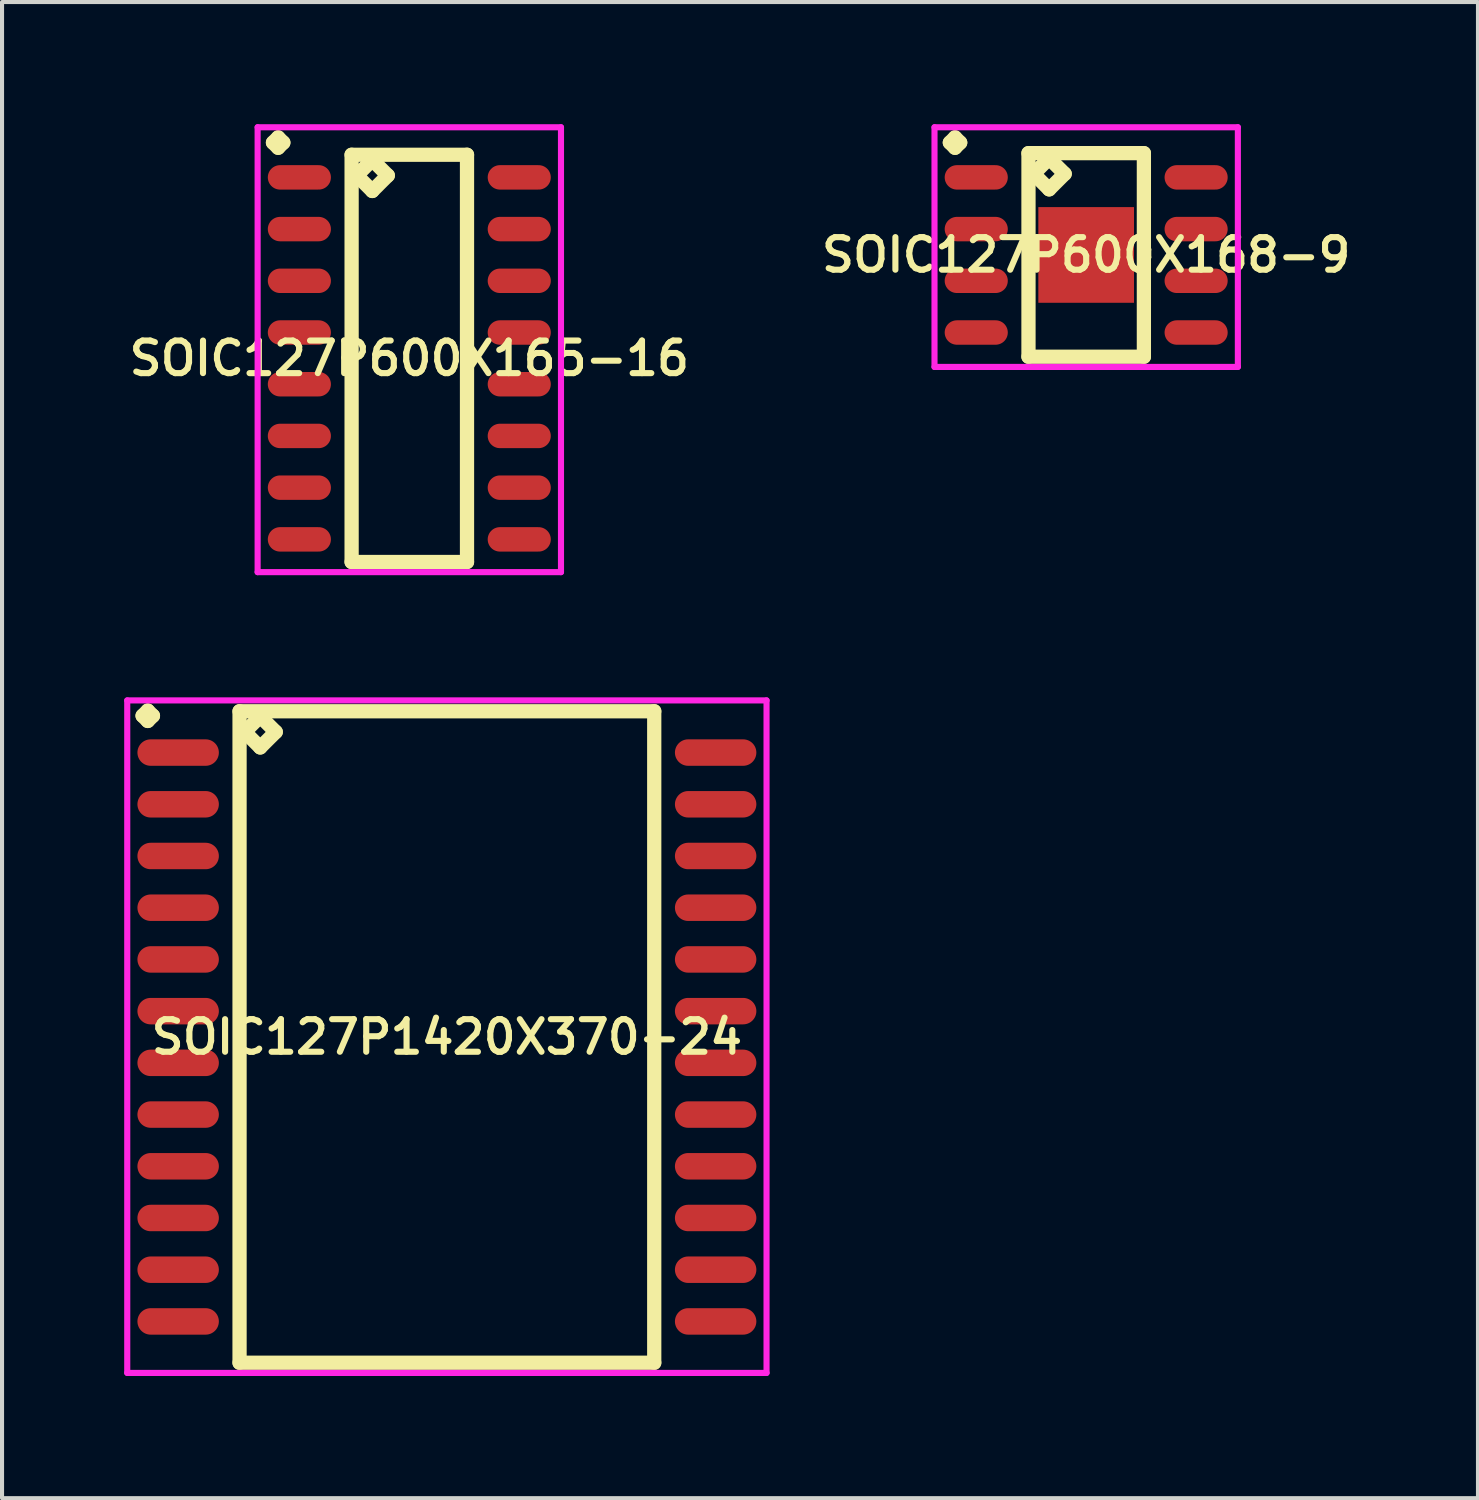
<source format=kicad_pcb>
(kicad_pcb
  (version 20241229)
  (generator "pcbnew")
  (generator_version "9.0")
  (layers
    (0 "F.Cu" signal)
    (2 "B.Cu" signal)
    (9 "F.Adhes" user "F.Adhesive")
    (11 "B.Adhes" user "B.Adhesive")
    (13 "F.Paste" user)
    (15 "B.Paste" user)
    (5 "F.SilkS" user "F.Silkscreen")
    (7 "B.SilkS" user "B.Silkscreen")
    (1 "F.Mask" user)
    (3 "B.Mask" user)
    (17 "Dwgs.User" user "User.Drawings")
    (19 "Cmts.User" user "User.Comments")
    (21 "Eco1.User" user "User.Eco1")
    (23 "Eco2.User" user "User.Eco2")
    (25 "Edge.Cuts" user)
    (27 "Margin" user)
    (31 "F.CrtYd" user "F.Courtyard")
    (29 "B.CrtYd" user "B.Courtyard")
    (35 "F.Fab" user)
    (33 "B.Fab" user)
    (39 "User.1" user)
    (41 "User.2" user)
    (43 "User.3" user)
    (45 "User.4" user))
  (footprint "SOIC127P1420X370-24"
    (layer "F.Cu")
    (at 7.925 22.417)
    (property "Reference" "SOIC127P1420X370-24" (at 0 0 0) (layer "F.SilkS") (effects (font (size 0.8 0.8) (thickness 0.15))))
    (attr smd)
    (fp_line (start -7.473 -7.889) (end -7.346 -8.016) (stroke (width 0.35) (type solid)) (layer "F.SilkS"))
    (fp_line (start -7.346 -8.016) (end -7.219 -7.889) (stroke (width 0.35) (type solid)) (layer "F.SilkS"))
    (fp_line (start -7.346 -7.762) (end -7.473 -7.889) (stroke (width 0.35) (type solid)) (layer "F.SilkS"))
    (fp_line (start -7.219 -7.889) (end -7.346 -7.762) (stroke (width 0.35) (type solid)) (layer "F.SilkS"))
    (fp_line (start -5.092 -8) (end -5.092 8) (stroke (width 0.35) (type solid)) (layer "F.SilkS"))
    (fp_line (start -5.092 8) (end 5.092 8) (stroke (width 0.35) (type solid)) (layer "F.SilkS"))
    (fp_line (start -4.965 -7.492) (end -4.584 -7.873) (stroke (width 0.35) (type solid)) (layer "F.SilkS"))
    (fp_line (start -4.584 -7.873) (end -4.203 -7.492) (stroke (width 0.35) (type solid)) (layer "F.SilkS"))
    (fp_line (start -4.584 -7.111) (end -4.965 -7.492) (stroke (width 0.35) (type solid)) (layer "F.SilkS"))
    (fp_line (start -4.203 -7.492) (end -4.584 -7.111) (stroke (width 0.35) (type solid)) (layer "F.SilkS"))
    (fp_line (start 5.092 -8) (end -5.092 -8) (stroke (width 0.35) (type solid)) (layer "F.SilkS"))
    (fp_line (start 5.092 8) (end 5.092 -8) (stroke (width 0.35) (type solid)) (layer "F.SilkS"))
    (fp_line (start -7.85 -8.266) (end 7.85 -8.266) (stroke (width 0.15) (type solid)) (layer "F.CrtYd"))
    (fp_line (start -7.85 8.25) (end -7.85 -8.266) (stroke (width 0.15) (type solid)) (layer "F.CrtYd"))
    (fp_line (start 7.85 -8.266) (end 7.85 8.25) (stroke (width 0.15) (type solid)) (layer "F.CrtYd"))
    (fp_line (start 7.85 8.25) (end -7.85 8.25) (stroke (width 0.15) (type solid)) (layer "F.CrtYd"))
    (pad "1" smd oval (at -6.6 -6.985) (size 2 0.65) (layers "F.Cu" "F.Mask" "F.Paste"))
    (pad "2" smd oval (at -6.6 -5.715) (size 2 0.65) (layers "F.Cu" "F.Mask" "F.Paste"))
    (pad "3" smd oval (at -6.6 -4.445) (size 2 0.65) (layers "F.Cu" "F.Mask" "F.Paste"))
    (pad "4" smd oval (at -6.6 -3.175) (size 2 0.65) (layers "F.Cu" "F.Mask" "F.Paste"))
    (pad "5" smd oval (at -6.6 -1.905) (size 2 0.65) (layers "F.Cu" "F.Mask" "F.Paste"))
    (pad "6" smd oval (at -6.6 -0.635) (size 2 0.65) (layers "F.Cu" "F.Mask" "F.Paste"))
    (pad "7" smd oval (at -6.6 0.635) (size 2 0.65) (layers "F.Cu" "F.Mask" "F.Paste"))
    (pad "8" smd oval (at -6.6 1.905) (size 2 0.65) (layers "F.Cu" "F.Mask" "F.Paste"))
    (pad "9" smd oval (at -6.6 3.175) (size 2 0.65) (layers "F.Cu" "F.Mask" "F.Paste"))
    (pad "10" smd oval (at -6.6 4.445) (size 2 0.65) (layers "F.Cu" "F.Mask" "F.Paste"))
    (pad "11" smd oval (at -6.6 5.715) (size 2 0.65) (layers "F.Cu" "F.Mask" "F.Paste"))
    (pad "12" smd oval (at -6.6 6.985) (size 2 0.65) (layers "F.Cu" "F.Mask" "F.Paste"))
    (pad "13" smd oval (at 6.6 6.985) (size 2 0.65) (layers "F.Cu" "F.Mask" "F.Paste"))
    (pad "14" smd oval (at 6.6 5.715) (size 2 0.65) (layers "F.Cu" "F.Mask" "F.Paste"))
    (pad "15" smd oval (at 6.6 4.445) (size 2 0.65) (layers "F.Cu" "F.Mask" "F.Paste"))
    (pad "16" smd oval (at 6.6 3.175) (size 2 0.65) (layers "F.Cu" "F.Mask" "F.Paste"))
    (pad "17" smd oval (at 6.6 1.905) (size 2 0.65) (layers "F.Cu" "F.Mask" "F.Paste"))
    (pad "18" smd oval (at 6.6 0.635) (size 2 0.65) (layers "F.Cu" "F.Mask" "F.Paste"))
    (pad "19" smd oval (at 6.6 -0.635) (size 2 0.65) (layers "F.Cu" "F.Mask" "F.Paste"))
    (pad "20" smd oval (at 6.6 -1.905) (size 2 0.65) (layers "F.Cu" "F.Mask" "F.Paste"))
    (pad "21" smd oval (at 6.6 -3.175) (size 2 0.65) (layers "F.Cu" "F.Mask" "F.Paste"))
    (pad "22" smd oval (at 6.6 -4.445) (size 2 0.65) (layers "F.Cu" "F.Mask" "F.Paste"))
    (pad "23" smd oval (at 6.6 -5.715) (size 2 0.65) (layers "F.Cu" "F.Mask" "F.Paste"))
    (pad "24" smd oval (at 6.6 -6.985) (size 2 0.65) (layers "F.Cu" "F.Mask" "F.Paste")))
  (footprint "SOIC127P600X168-9"
    (layer "F.Cu")
    (at 23.625 3.211)
    (property "Reference" "SOIC127P600X168-9" (at 0 0 0) (layer "F.SilkS") (effects (font (size 0.8 0.8) (thickness 0.15))))
    (attr smd)
    (fp_line (start -3.348 -2.759) (end -3.221 -2.886) (stroke (width 0.35) (type solid)) (layer "F.SilkS"))
    (fp_line (start -3.221 -2.886) (end -3.094 -2.759) (stroke (width 0.35) (type solid)) (layer "F.SilkS"))
    (fp_line (start -3.221 -2.632) (end -3.348 -2.759) (stroke (width 0.35) (type solid)) (layer "F.SilkS"))
    (fp_line (start -3.094 -2.759) (end -3.221 -2.632) (stroke (width 0.35) (type solid)) (layer "F.SilkS"))
    (fp_line (start -1.417 -2.5) (end -1.417 2.5) (stroke (width 0.35) (type solid)) (layer "F.SilkS"))
    (fp_line (start -1.417 2.5) (end 1.417 2.5) (stroke (width 0.35) (type solid)) (layer "F.SilkS"))
    (fp_line (start -1.29 -1.992) (end -0.909 -2.373) (stroke (width 0.35) (type solid)) (layer "F.SilkS"))
    (fp_line (start -0.909 -2.373) (end -0.528 -1.992) (stroke (width 0.35) (type solid)) (layer "F.SilkS"))
    (fp_line (start -0.909 -1.611) (end -1.29 -1.992) (stroke (width 0.35) (type solid)) (layer "F.SilkS"))
    (fp_line (start -0.528 -1.992) (end -0.909 -1.611) (stroke (width 0.35) (type solid)) (layer "F.SilkS"))
    (fp_line (start 1.417 -2.5) (end -1.417 -2.5) (stroke (width 0.35) (type solid)) (layer "F.SilkS"))
    (fp_line (start 1.417 2.5) (end 1.417 -2.5) (stroke (width 0.35) (type solid)) (layer "F.SilkS"))
    (fp_line (start -3.725 -3.136) (end 3.725 -3.136) (stroke (width 0.15) (type solid)) (layer "F.CrtYd"))
    (fp_line (start -3.725 2.75) (end -3.725 -3.136) (stroke (width 0.15) (type solid)) (layer "F.CrtYd"))
    (fp_line (start 3.725 -3.136) (end 3.725 2.75) (stroke (width 0.15) (type solid)) (layer "F.CrtYd"))
    (fp_line (start 3.725 2.75) (end -3.725 2.75) (stroke (width 0.15) (type solid)) (layer "F.CrtYd"))
    (pad "1" smd oval (at -2.7 -1.905) (size 1.55 0.6) (layers "F.Cu" "F.Mask" "F.Paste"))
    (pad "2" smd oval (at -2.7 -0.635) (size 1.55 0.6) (layers "F.Cu" "F.Mask" "F.Paste"))
    (pad "3" smd oval (at -2.7 0.635) (size 1.55 0.6) (layers "F.Cu" "F.Mask" "F.Paste"))
    (pad "4" smd oval (at -2.7 1.905) (size 1.55 0.6) (layers "F.Cu" "F.Mask" "F.Paste"))
    (pad "5" smd oval (at 2.7 1.905) (size 1.55 0.6) (layers "F.Cu" "F.Mask" "F.Paste"))
    (pad "6" smd oval (at 2.7 0.635) (size 1.55 0.6) (layers "F.Cu" "F.Mask" "F.Paste"))
    (pad "7" smd oval (at 2.7 -0.635) (size 1.55 0.6) (layers "F.Cu" "F.Mask" "F.Paste"))
    (pad "8" smd oval (at 2.7 -1.905) (size 1.55 0.6) (layers "F.Cu" "F.Mask" "F.Paste"))
    (pad "9" smd rect (at 0 0) (size 2.35 2.35) (layers "F.Cu" "F.Mask" "F.Paste")))
  (footprint "SOIC127P600X165-16"
    (layer "F.Cu")
    (at 7.002 5.751)
    (property "Reference" "SOIC127P600X165-16" (at 0 0 0) (layer "F.SilkS") (effects (font (size 0.8 0.8) (thickness 0.15))))
    (attr smd)
    (fp_line (start -3.348 -5.299) (end -3.221 -5.426) (stroke (width 0.35) (type solid)) (layer "F.SilkS"))
    (fp_line (start -3.221 -5.426) (end -3.094 -5.299) (stroke (width 0.35) (type solid)) (layer "F.SilkS"))
    (fp_line (start -3.221 -5.172) (end -3.348 -5.299) (stroke (width 0.35) (type solid)) (layer "F.SilkS"))
    (fp_line (start -3.094 -5.299) (end -3.221 -5.172) (stroke (width 0.35) (type solid)) (layer "F.SilkS"))
    (fp_line (start -1.417 -5) (end -1.417 5) (stroke (width 0.35) (type solid)) (layer "F.SilkS"))
    (fp_line (start -1.417 5) (end 1.417 5) (stroke (width 0.35) (type solid)) (layer "F.SilkS"))
    (fp_line (start -1.29 -4.492) (end -0.909 -4.873) (stroke (width 0.35) (type solid)) (layer "F.SilkS"))
    (fp_line (start -0.909 -4.873) (end -0.528 -4.492) (stroke (width 0.35) (type solid)) (layer "F.SilkS"))
    (fp_line (start -0.909 -4.111) (end -1.29 -4.492) (stroke (width 0.35) (type solid)) (layer "F.SilkS"))
    (fp_line (start -0.528 -4.492) (end -0.909 -4.111) (stroke (width 0.35) (type solid)) (layer "F.SilkS"))
    (fp_line (start 1.417 -5) (end -1.417 -5) (stroke (width 0.35) (type solid)) (layer "F.SilkS"))
    (fp_line (start 1.417 5) (end 1.417 -5) (stroke (width 0.35) (type solid)) (layer "F.SilkS"))
    (fp_line (start -3.725 -5.676) (end 3.725 -5.676) (stroke (width 0.15) (type solid)) (layer "F.CrtYd"))
    (fp_line (start -3.725 5.25) (end -3.725 -5.676) (stroke (width 0.15) (type solid)) (layer "F.CrtYd"))
    (fp_line (start 3.725 -5.676) (end 3.725 5.25) (stroke (width 0.15) (type solid)) (layer "F.CrtYd"))
    (fp_line (start 3.725 5.25) (end -3.725 5.25) (stroke (width 0.15) (type solid)) (layer "F.CrtYd"))
    (pad "1" smd oval (at -2.7 -4.445) (size 1.55 0.6) (layers "F.Cu" "F.Mask" "F.Paste"))
    (pad "2" smd oval (at -2.7 -3.175) (size 1.55 0.6) (layers "F.Cu" "F.Mask" "F.Paste"))
    (pad "3" smd oval (at -2.7 -1.905) (size 1.55 0.6) (layers "F.Cu" "F.Mask" "F.Paste"))
    (pad "4" smd oval (at -2.7 -0.635) (size 1.55 0.6) (layers "F.Cu" "F.Mask" "F.Paste"))
    (pad "5" smd oval (at -2.7 0.635) (size 1.55 0.6) (layers "F.Cu" "F.Mask" "F.Paste"))
    (pad "6" smd oval (at -2.7 1.905) (size 1.55 0.6) (layers "F.Cu" "F.Mask" "F.Paste"))
    (pad "7" smd oval (at -2.7 3.175) (size 1.55 0.6) (layers "F.Cu" "F.Mask" "F.Paste"))
    (pad "8" smd oval (at -2.7 4.445) (size 1.55 0.6) (layers "F.Cu" "F.Mask" "F.Paste"))
    (pad "9" smd oval (at 2.7 4.445) (size 1.55 0.6) (layers "F.Cu" "F.Mask" "F.Paste"))
    (pad "10" smd oval (at 2.7 3.175) (size 1.55 0.6) (layers "F.Cu" "F.Mask" "F.Paste"))
    (pad "11" smd oval (at 2.7 1.905) (size 1.55 0.6) (layers "F.Cu" "F.Mask" "F.Paste"))
    (pad "12" smd oval (at 2.7 0.635) (size 1.55 0.6) (layers "F.Cu" "F.Mask" "F.Paste"))
    (pad "13" smd oval (at 2.7 -0.635) (size 1.55 0.6) (layers "F.Cu" "F.Mask" "F.Paste"))
    (pad "14" smd oval (at 2.7 -1.905) (size 1.55 0.6) (layers "F.Cu" "F.Mask" "F.Paste"))
    (pad "15" smd oval (at 2.7 -3.175) (size 1.55 0.6) (layers "F.Cu" "F.Mask" "F.Paste"))
    (pad "16" smd oval (at 2.7 -4.445) (size 1.55 0.6) (layers "F.Cu" "F.Mask" "F.Paste")))
  (gr_rect
    (start -3 -3)
    (end 33.247 33.742)
    (stroke (width 0.1) (type default))
    (fill no)
    (layer "Edge.Cuts")))
</source>
